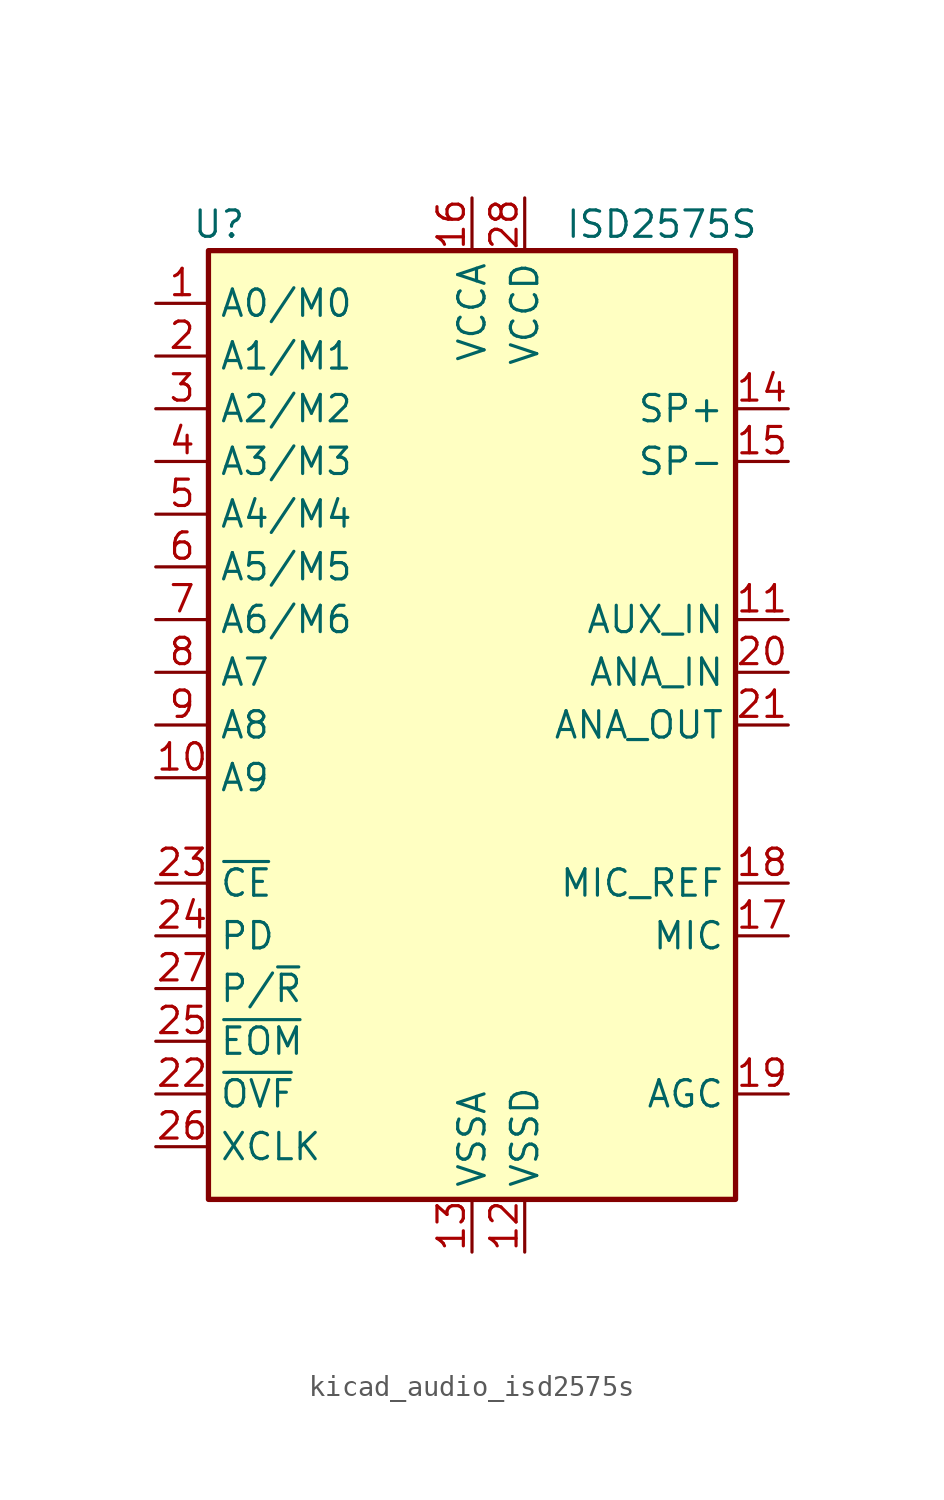
<source format=kicad_sym>
(kicad_symbol_lib
  (version 20220914)
  (generator kicad_symbol_editor)
  (symbol "kicad_audio_isd2575s"
    (property "Reference" "U"
      (at -12.192 24.13 0)
      (effects (font (size 1.27 1.27))))
    (property "Value" "ISD2575S"
      (at 9.144 24.13 0)
      (effects (font (size 1.27 1.27))))
    (symbol "kicad_audio_isd2575s_0_1"
      (rectangle (start -12.7 22.86) (end 12.7 -22.86) (stroke (width 0.254) (type default)) (fill (type background))))
    (symbol "kicad_audio_isd2575s_1_1"
      (pin input line (at -15.24 20.32 0) (length 2.54) (name "A0/M0" (effects (font (size 1.27 1.27)))) (number "1" (effects (font (size 1.27 1.27)))))
      (pin input line (at -15.24 -2.54 0) (length 2.54) (name "A9" (effects (font (size 1.27 1.27)))) (number "10" (effects (font (size 1.27 1.27)))))
      (pin input line (at 15.24 5.08 180) (length 2.54) (name "AUX_IN" (effects (font (size 1.27 1.27)))) (number "11" (effects (font (size 1.27 1.27)))))
      (pin power_in line (at 2.54 -25.4 90) (length 2.54) (name "VSSD" (effects (font (size 1.27 1.27)))) (number "12" (effects (font (size 1.27 1.27)))))
      (pin power_in line (at 0 -25.4 90) (length 2.54) (name "VSSA" (effects (font (size 1.27 1.27)))) (number "13" (effects (font (size 1.27 1.27)))))
      (pin output line (at 15.24 15.24 180) (length 2.54) (name "SP+" (effects (font (size 1.27 1.27)))) (number "14" (effects (font (size 1.27 1.27)))))
      (pin output line (at 15.24 12.7 180) (length 2.54) (name "SP-" (effects (font (size 1.27 1.27)))) (number "15" (effects (font (size 1.27 1.27)))))
      (pin power_in line (at 0 25.4 270) (length 2.54) (name "VCCA" (effects (font (size 1.27 1.27)))) (number "16" (effects (font (size 1.27 1.27)))))
      (pin input line (at 15.24 -10.16 180) (length 2.54) (name "MIC" (effects (font (size 1.27 1.27)))) (number "17" (effects (font (size 1.27 1.27)))))
      (pin passive line (at 15.24 -7.62 180) (length 2.54) (name "MIC_REF" (effects (font (size 1.27 1.27)))) (number "18" (effects (font (size 1.27 1.27)))))
      (pin passive line (at 15.24 -17.78 180) (length 2.54) (name "AGC" (effects (font (size 1.27 1.27)))) (number "19" (effects (font (size 1.27 1.27)))))
      (pin input line (at -15.24 17.78 0) (length 2.54) (name "A1/M1" (effects (font (size 1.27 1.27)))) (number "2" (effects (font (size 1.27 1.27)))))
      (pin input line (at 15.24 2.54 180) (length 2.54) (name "ANA_IN" (effects (font (size 1.27 1.27)))) (number "20" (effects (font (size 1.27 1.27)))))
      (pin output line (at 15.24 0 180) (length 2.54) (name "ANA_OUT" (effects (font (size 1.27 1.27)))) (number "21" (effects (font (size 1.27 1.27)))))
      (pin output line (at -15.24 -17.78 0) (length 2.54) (name "~{OVF}" (effects (font (size 1.27 1.27)))) (number "22" (effects (font (size 1.27 1.27)))))
      (pin input line (at -15.24 -7.62 0) (length 2.54) (name "~{CE}" (effects (font (size 1.27 1.27)))) (number "23" (effects (font (size 1.27 1.27)))))
      (pin input line (at -15.24 -10.16 0) (length 2.54) (name "PD" (effects (font (size 1.27 1.27)))) (number "24" (effects (font (size 1.27 1.27)))))
      (pin output line (at -15.24 -15.24 0) (length 2.54) (name "~{EOM}" (effects (font (size 1.27 1.27)))) (number "25" (effects (font (size 1.27 1.27)))))
      (pin input line (at -15.24 -20.32 0) (length 2.54) (name "XCLK" (effects (font (size 1.27 1.27)))) (number "26" (effects (font (size 1.27 1.27)))))
      (pin input line (at -15.24 -12.7 0) (length 2.54) (name "P/~{R}" (effects (font (size 1.27 1.27)))) (number "27" (effects (font (size 1.27 1.27)))))
      (pin power_in line (at 2.54 25.4 270) (length 2.54) (name "VCCD" (effects (font (size 1.27 1.27)))) (number "28" (effects (font (size 1.27 1.27)))))
      (pin input line (at -15.24 15.24 0) (length 2.54) (name "A2/M2" (effects (font (size 1.27 1.27)))) (number "3" (effects (font (size 1.27 1.27)))))
      (pin input line (at -15.24 12.7 0) (length 2.54) (name "A3/M3" (effects (font (size 1.27 1.27)))) (number "4" (effects (font (size 1.27 1.27)))))
      (pin input line (at -15.24 10.16 0) (length 2.54) (name "A4/M4" (effects (font (size 1.27 1.27)))) (number "5" (effects (font (size 1.27 1.27)))))
      (pin input line (at -15.24 7.62 0) (length 2.54) (name "A5/M5" (effects (font (size 1.27 1.27)))) (number "6" (effects (font (size 1.27 1.27)))))
      (pin input line (at -15.24 5.08 0) (length 2.54) (name "A6/M6" (effects (font (size 1.27 1.27)))) (number "7" (effects (font (size 1.27 1.27)))))
      (pin input line (at -15.24 2.54 0) (length 2.54) (name "A7" (effects (font (size 1.27 1.27)))) (number "8" (effects (font (size 1.27 1.27)))))
      (pin input line (at -15.24 0 0) (length 2.54) (name "A8" (effects (font (size 1.27 1.27)))) (number "9" (effects (font (size 1.27 1.27))))))))
</source>
